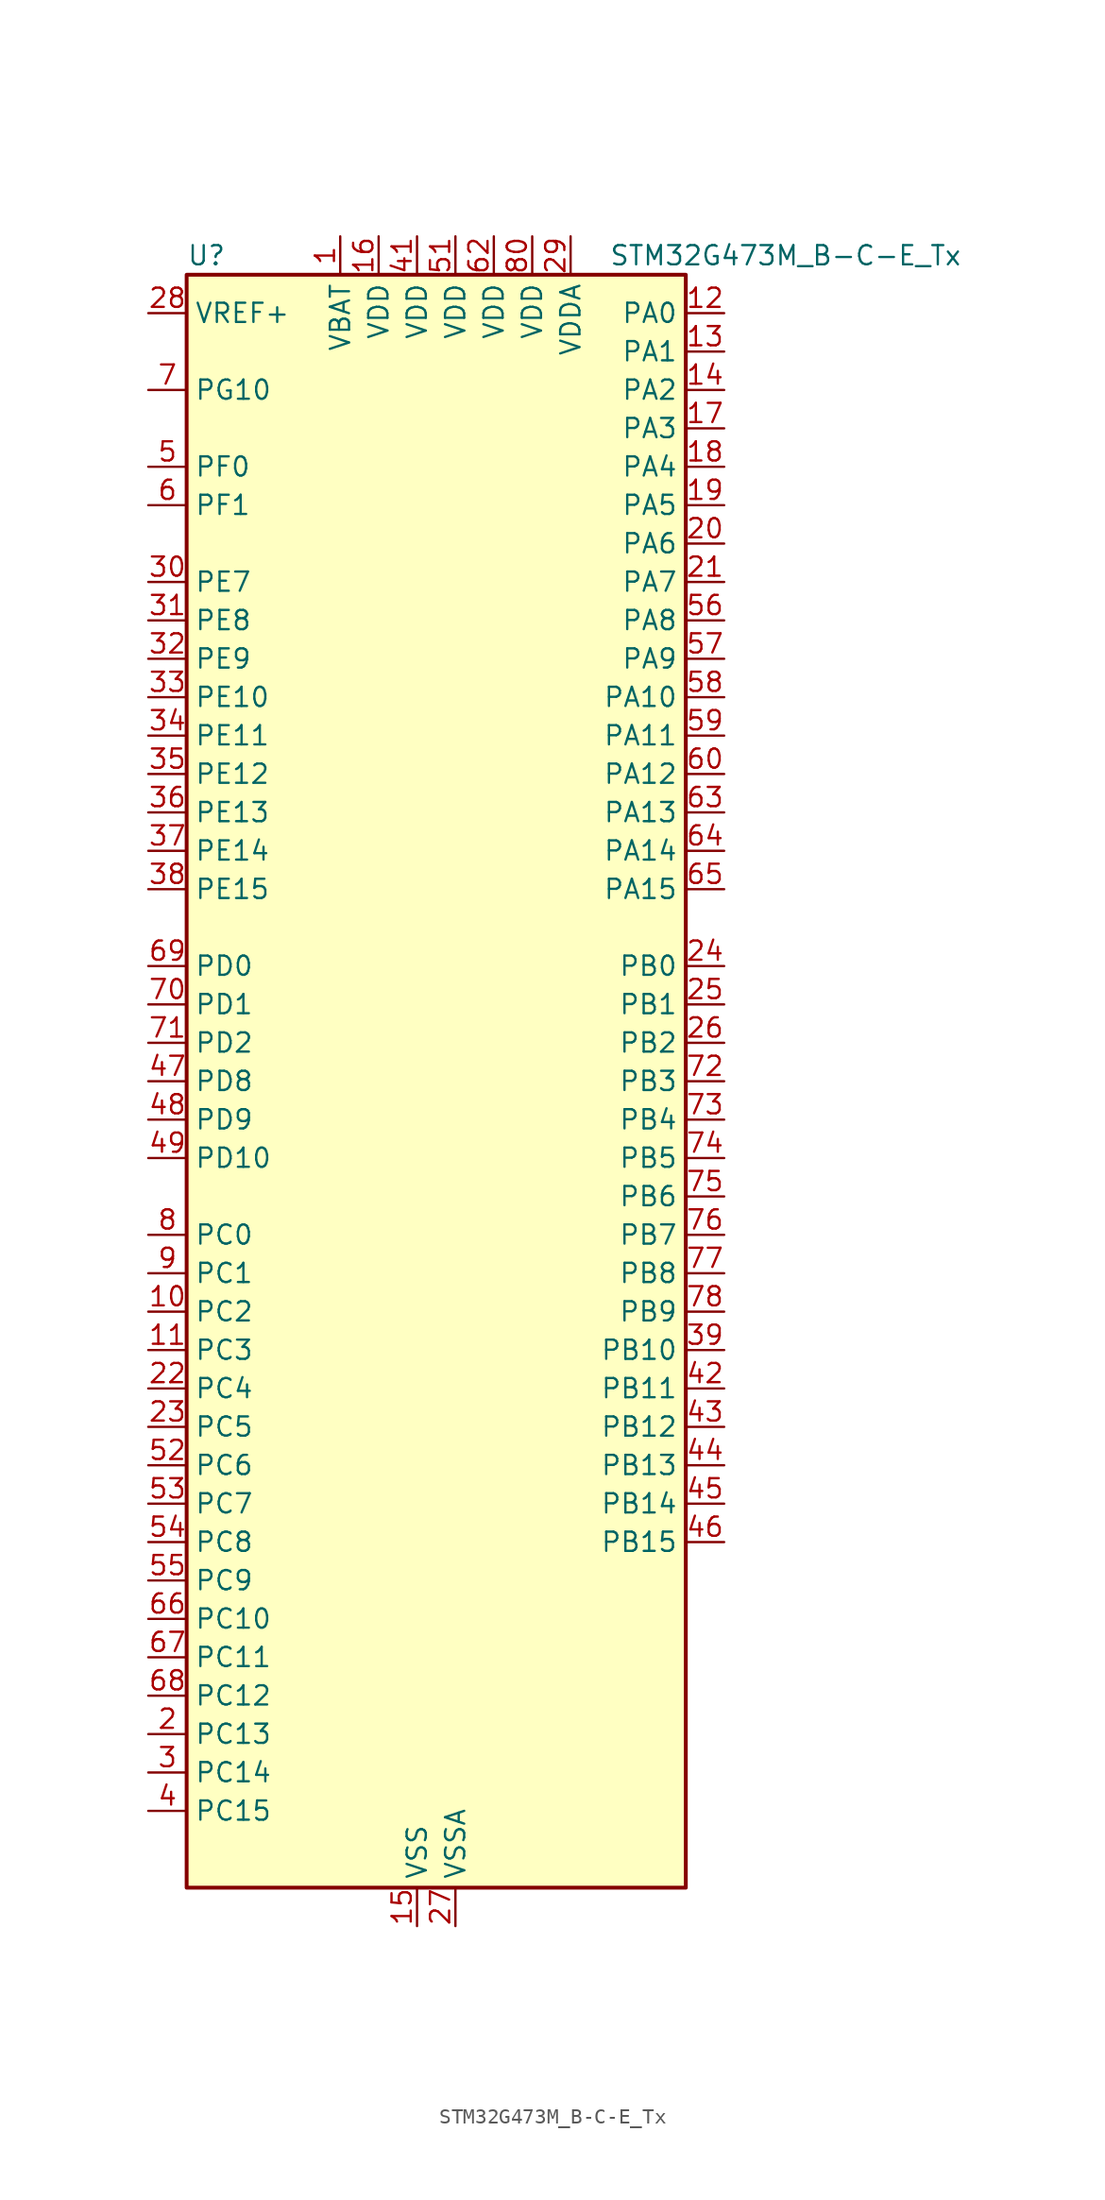
<source format=kicad_sym>
(kicad_symbol_lib
  (version 20220914)
  (generator kicad_symbol_editor)
  (symbol "STM32G473M_B-C-E_Tx"
    (property "Reference" "U"
      (at -15.24 54.61 0)
      (effects (font (size 1.27 1.27)) (justify left)))
    (property "Value" "STM32G473M_B-C-E_Tx"
      (at 12.7 54.61 0)
      (effects (font (size 1.27 1.27)) (justify left)))
    (property "ki_locked" ""
      (at 0 0 0)
      (effects (font (size 1.27 1.27))))
    (symbol "STM32G473M_B-C-E_Tx_0_1"
      (rectangle (start -15.24 -53.34) (end 17.78 53.34) (stroke (width 0.254) (type default)) (fill (type background))))
    (symbol "STM32G473M_B-C-E_Tx_1_1"
      (pin power_in line (at -5.08 55.88 270) (length 2.54) (name "VBAT" (effects (font (size 1.27 1.27)))) (number "1" (effects (font (size 1.27 1.27)))))
      (pin bidirectional line (at -17.78 -15.24 0) (length 2.54) (name "PC2" (effects (font (size 1.27 1.27)))) (number "10" (effects (font (size 1.27 1.27)))) (alternate "ADC1_IN8" bidirectional line) (alternate "ADC2_IN8" bidirectional line) (alternate "ADC3_EXTI2" bidirectional line) (alternate "ADC4_EXTI2" bidirectional line) (alternate "ADC5_EXTI2" bidirectional line) (alternate "COMP3_OUT" bidirectional line) (alternate "LPTIM1_IN2" bidirectional line) (alternate "QUADSPI1_BK2_IO1" bidirectional line) (alternate "TIM1_CH3" bidirectional line) (alternate "TIM20_CH2" bidirectional line))
      (pin bidirectional line (at -17.78 -17.78 0) (length 2.54) (name "PC3" (effects (font (size 1.27 1.27)))) (number "11" (effects (font (size 1.27 1.27)))) (alternate "ADC1_IN9" bidirectional line) (alternate "ADC2_IN9" bidirectional line) (alternate "ADC3_EXTI3" bidirectional line) (alternate "ADC4_EXTI3" bidirectional line) (alternate "ADC5_EXTI3" bidirectional line) (alternate "LPTIM1_ETR" bidirectional line) (alternate "OPAMP5_VINP" bidirectional line) (alternate "OPAMP5_VINP_SEC" bidirectional line) (alternate "QUADSPI1_BK2_IO2" bidirectional line) (alternate "SAI1_D1" bidirectional line) (alternate "SAI1_SD_A" bidirectional line) (alternate "TIM1_BKIN2" bidirectional line) (alternate "TIM1_CH4" bidirectional line))
      (pin bidirectional line (at 20.32 50.8 180) (length 2.54) (name "PA0" (effects (font (size 1.27 1.27)))) (number "12" (effects (font (size 1.27 1.27)))) (alternate "ADC1_IN1" bidirectional line) (alternate "ADC2_IN1" bidirectional line) (alternate "COMP1_INM" bidirectional line) (alternate "COMP1_OUT" bidirectional line) (alternate "COMP3_INP" bidirectional line) (alternate "RTC_TAMP2" bidirectional line) (alternate "SYS_WKUP1" bidirectional line) (alternate "TIM2_CH1" bidirectional line) (alternate "TIM2_ETR" bidirectional line) (alternate "TIM5_CH1" bidirectional line) (alternate "TIM8_BKIN" bidirectional line) (alternate "TIM8_ETR" bidirectional line) (alternate "USART2_CTS" bidirectional line) (alternate "USART2_NSS" bidirectional line))
      (pin bidirectional line (at 20.32 48.26 180) (length 2.54) (name "PA1" (effects (font (size 1.27 1.27)))) (number "13" (effects (font (size 1.27 1.27)))) (alternate "ADC1_IN2" bidirectional line) (alternate "ADC2_IN2" bidirectional line) (alternate "COMP1_INP" bidirectional line) (alternate "OPAMP1_VINP" bidirectional line) (alternate "OPAMP1_VINP_SEC" bidirectional line) (alternate "OPAMP3_VINP" bidirectional line) (alternate "OPAMP3_VINP_SEC" bidirectional line) (alternate "OPAMP6_VINM" bidirectional line) (alternate "OPAMP6_VINM0" bidirectional line) (alternate "OPAMP6_VINM_SEC" bidirectional line) (alternate "RTC_REFIN" bidirectional line) (alternate "TIM15_CH1N" bidirectional line) (alternate "TIM2_CH2" bidirectional line) (alternate "TIM5_CH2" bidirectional line) (alternate "USART2_DE" bidirectional line) (alternate "USART2_RTS" bidirectional line))
      (pin bidirectional line (at 20.32 45.72 180) (length 2.54) (name "PA2" (effects (font (size 1.27 1.27)))) (number "14" (effects (font (size 1.27 1.27)))) (alternate "ADC1_IN3" bidirectional line) (alternate "ADC3_EXTI2" bidirectional line) (alternate "ADC4_EXTI2" bidirectional line) (alternate "ADC5_EXTI2" bidirectional line) (alternate "COMP2_INM" bidirectional line) (alternate "COMP2_OUT" bidirectional line) (alternate "LPUART1_TX" bidirectional line) (alternate "OPAMP1_VOUT" bidirectional line) (alternate "QUADSPI1_BK1_NCS" bidirectional line) (alternate "RCC_LSCO" bidirectional line) (alternate "SYS_WKUP4" bidirectional line) (alternate "TIM15_CH1" bidirectional line) (alternate "TIM2_CH3" bidirectional line) (alternate "TIM5_CH3" bidirectional line) (alternate "UCPD1_FRSTX1" bidirectional line) (alternate "UCPD1_FRSTX2" bidirectional line) (alternate "USART2_TX" bidirectional line))
      (pin power_in line (at 0 -55.88 90) (length 2.54) (name "VSS" (effects (font (size 1.27 1.27)))) (number "15" (effects (font (size 1.27 1.27)))))
      (pin power_in line (at -2.54 55.88 270) (length 2.54) (name "VDD" (effects (font (size 1.27 1.27)))) (number "16" (effects (font (size 1.27 1.27)))))
      (pin bidirectional line (at 20.32 43.18 180) (length 2.54) (name "PA3" (effects (font (size 1.27 1.27)))) (number "17" (effects (font (size 1.27 1.27)))) (alternate "ADC1_IN4" bidirectional line) (alternate "ADC3_EXTI3" bidirectional line) (alternate "ADC4_EXTI3" bidirectional line) (alternate "ADC5_EXTI3" bidirectional line) (alternate "COMP2_INP" bidirectional line) (alternate "LPUART1_RX" bidirectional line) (alternate "OPAMP1_VINM" bidirectional line) (alternate "OPAMP1_VINM0" bidirectional line) (alternate "OPAMP1_VINM_SEC" bidirectional line) (alternate "OPAMP1_VINP" bidirectional line) (alternate "OPAMP1_VINP_SEC" bidirectional line) (alternate "OPAMP5_VINM" bidirectional line) (alternate "OPAMP5_VINM1" bidirectional line) (alternate "OPAMP5_VINM_SEC" bidirectional line) (alternate "QUADSPI1_CLK" bidirectional line) (alternate "SAI1_CK1" bidirectional line) (alternate "SAI1_MCLK_A" bidirectional line) (alternate "TIM15_CH2" bidirectional line) (alternate "TIM2_CH4" bidirectional line) (alternate "TIM5_CH4" bidirectional line) (alternate "USART2_RX" bidirectional line))
      (pin bidirectional line (at 20.32 40.64 180) (length 2.54) (name "PA4" (effects (font (size 1.27 1.27)))) (number "18" (effects (font (size 1.27 1.27)))) (alternate "ADC2_IN17" bidirectional line) (alternate "COMP1_INM" bidirectional line) (alternate "DAC1_OUT1" bidirectional line) (alternate "I2S3_WS" bidirectional line) (alternate "SAI1_FS_B" bidirectional line) (alternate "SPI1_NSS" bidirectional line) (alternate "SPI3_NSS" bidirectional line) (alternate "TIM3_CH2" bidirectional line) (alternate "USART2_CK" bidirectional line))
      (pin bidirectional line (at 20.32 38.1 180) (length 2.54) (name "PA5" (effects (font (size 1.27 1.27)))) (number "19" (effects (font (size 1.27 1.27)))) (alternate "ADC2_IN13" bidirectional line) (alternate "COMP2_INM" bidirectional line) (alternate "DAC1_OUT2" bidirectional line) (alternate "OPAMP2_VINM" bidirectional line) (alternate "OPAMP2_VINM0" bidirectional line) (alternate "OPAMP2_VINM_SEC" bidirectional line) (alternate "SPI1_SCK" bidirectional line) (alternate "TIM2_CH1" bidirectional line) (alternate "TIM2_ETR" bidirectional line) (alternate "UCPD1_FRSTX1" bidirectional line) (alternate "UCPD1_FRSTX2" bidirectional line))
      (pin bidirectional line (at -17.78 -43.18 0) (length 2.54) (name "PC13" (effects (font (size 1.27 1.27)))) (number "2" (effects (font (size 1.27 1.27)))) (alternate "RTC_OUT1" bidirectional line) (alternate "RTC_TAMP1" bidirectional line) (alternate "RTC_TS" bidirectional line) (alternate "SYS_WKUP2" bidirectional line) (alternate "TIM1_BKIN" bidirectional line) (alternate "TIM1_CH1N" bidirectional line) (alternate "TIM8_CH4N" bidirectional line))
      (pin bidirectional line (at 20.32 35.56 180) (length 2.54) (name "PA6" (effects (font (size 1.27 1.27)))) (number "20" (effects (font (size 1.27 1.27)))) (alternate "ADC2_IN3" bidirectional line) (alternate "COMP1_OUT" bidirectional line) (alternate "DAC2_OUT1" bidirectional line) (alternate "LPUART1_CTS" bidirectional line) (alternate "OPAMP2_VOUT" bidirectional line) (alternate "QUADSPI1_BK1_IO3" bidirectional line) (alternate "SPI1_MISO" bidirectional line) (alternate "TIM16_CH1" bidirectional line) (alternate "TIM1_BKIN" bidirectional line) (alternate "TIM3_CH1" bidirectional line) (alternate "TIM8_BKIN" bidirectional line))
      (pin bidirectional line (at 20.32 33.02 180) (length 2.54) (name "PA7" (effects (font (size 1.27 1.27)))) (number "21" (effects (font (size 1.27 1.27)))) (alternate "ADC2_IN4" bidirectional line) (alternate "COMP2_INP" bidirectional line) (alternate "COMP2_OUT" bidirectional line) (alternate "OPAMP1_VINP" bidirectional line) (alternate "OPAMP1_VINP_SEC" bidirectional line) (alternate "OPAMP2_VINP" bidirectional line) (alternate "OPAMP2_VINP_SEC" bidirectional line) (alternate "QUADSPI1_BK1_IO2" bidirectional line) (alternate "SPI1_MOSI" bidirectional line) (alternate "TIM17_CH1" bidirectional line) (alternate "TIM1_CH1N" bidirectional line) (alternate "TIM3_CH2" bidirectional line) (alternate "TIM8_CH1N" bidirectional line) (alternate "UCPD1_FRSTX1" bidirectional line) (alternate "UCPD1_FRSTX2" bidirectional line))
      (pin bidirectional line (at -17.78 -20.32 0) (length 2.54) (name "PC4" (effects (font (size 1.27 1.27)))) (number "22" (effects (font (size 1.27 1.27)))) (alternate "ADC2_IN5" bidirectional line) (alternate "I2C2_SCL" bidirectional line) (alternate "QUADSPI1_BK2_IO3" bidirectional line) (alternate "TIM1_ETR" bidirectional line) (alternate "USART1_TX" bidirectional line))
      (pin bidirectional line (at -17.78 -22.86 0) (length 2.54) (name "PC5" (effects (font (size 1.27 1.27)))) (number "23" (effects (font (size 1.27 1.27)))) (alternate "ADC2_IN11" bidirectional line) (alternate "OPAMP1_VINM" bidirectional line) (alternate "OPAMP1_VINM1" bidirectional line) (alternate "OPAMP1_VINM_SEC" bidirectional line) (alternate "OPAMP2_VINM" bidirectional line) (alternate "OPAMP2_VINM1" bidirectional line) (alternate "OPAMP2_VINM_SEC" bidirectional line) (alternate "SAI1_D3" bidirectional line) (alternate "SYS_WKUP5" bidirectional line) (alternate "TIM15_BKIN" bidirectional line) (alternate "TIM1_CH4N" bidirectional line) (alternate "USART1_RX" bidirectional line))
      (pin bidirectional line (at 20.32 7.62 180) (length 2.54) (name "PB0" (effects (font (size 1.27 1.27)))) (number "24" (effects (font (size 1.27 1.27)))) (alternate "ADC1_IN15" bidirectional line) (alternate "ADC3_IN12" bidirectional line) (alternate "COMP4_INP" bidirectional line) (alternate "OPAMP2_VINP" bidirectional line) (alternate "OPAMP2_VINP_SEC" bidirectional line) (alternate "OPAMP3_VINP" bidirectional line) (alternate "OPAMP3_VINP_SEC" bidirectional line) (alternate "QUADSPI1_BK1_IO1" bidirectional line) (alternate "TIM1_CH2N" bidirectional line) (alternate "TIM3_CH3" bidirectional line) (alternate "TIM8_CH2N" bidirectional line) (alternate "UCPD1_FRSTX1" bidirectional line) (alternate "UCPD1_FRSTX2" bidirectional line))
      (pin bidirectional line (at 20.32 5.08 180) (length 2.54) (name "PB1" (effects (font (size 1.27 1.27)))) (number "25" (effects (font (size 1.27 1.27)))) (alternate "ADC1_IN12" bidirectional line) (alternate "ADC3_IN1" bidirectional line) (alternate "COMP1_INP" bidirectional line) (alternate "COMP4_OUT" bidirectional line) (alternate "LPUART1_DE" bidirectional line) (alternate "LPUART1_RTS" bidirectional line) (alternate "OPAMP3_VOUT" bidirectional line) (alternate "OPAMP6_VINM" bidirectional line) (alternate "OPAMP6_VINM1" bidirectional line) (alternate "OPAMP6_VINM_SEC" bidirectional line) (alternate "QUADSPI1_BK1_IO0" bidirectional line) (alternate "TIM1_CH3N" bidirectional line) (alternate "TIM3_CH4" bidirectional line) (alternate "TIM8_CH3N" bidirectional line))
      (pin bidirectional line (at 20.32 2.54 180) (length 2.54) (name "PB2" (effects (font (size 1.27 1.27)))) (number "26" (effects (font (size 1.27 1.27)))) (alternate "ADC2_IN12" bidirectional line) (alternate "ADC3_EXTI2" bidirectional line) (alternate "ADC4_EXTI2" bidirectional line) (alternate "ADC5_EXTI2" bidirectional line) (alternate "COMP4_INM" bidirectional line) (alternate "I2C3_SMBA" bidirectional line) (alternate "LPTIM1_OUT" bidirectional line) (alternate "OPAMP3_VINM" bidirectional line) (alternate "OPAMP3_VINM0" bidirectional line) (alternate "OPAMP3_VINM_SEC" bidirectional line) (alternate "QUADSPI1_BK2_IO1" bidirectional line) (alternate "RTC_OUT2" bidirectional line) (alternate "TIM20_CH1" bidirectional line) (alternate "TIM5_CH1" bidirectional line))
      (pin power_in line (at 2.54 -55.88 90) (length 2.54) (name "VSSA" (effects (font (size 1.27 1.27)))) (number "27" (effects (font (size 1.27 1.27)))))
      (pin input line (at -17.78 50.8 0) (length 2.54) (name "VREF+" (effects (font (size 1.27 1.27)))) (number "28" (effects (font (size 1.27 1.27)))) (alternate "VREFBUF_OUT" bidirectional line))
      (pin power_in line (at 10.16 55.88 270) (length 2.54) (name "VDDA" (effects (font (size 1.27 1.27)))) (number "29" (effects (font (size 1.27 1.27)))))
      (pin bidirectional line (at -17.78 -45.72 0) (length 2.54) (name "PC14" (effects (font (size 1.27 1.27)))) (number "3" (effects (font (size 1.27 1.27)))) (alternate "RCC_OSC32_IN" bidirectional line))
      (pin bidirectional line (at -17.78 33.02 0) (length 2.54) (name "PE7" (effects (font (size 1.27 1.27)))) (number "30" (effects (font (size 1.27 1.27)))) (alternate "ADC3_IN4" bidirectional line) (alternate "COMP4_INP" bidirectional line) (alternate "SAI1_SD_B" bidirectional line) (alternate "TIM1_ETR" bidirectional line))
      (pin bidirectional line (at -17.78 30.48 0) (length 2.54) (name "PE8" (effects (font (size 1.27 1.27)))) (number "31" (effects (font (size 1.27 1.27)))) (alternate "ADC3_IN6" bidirectional line) (alternate "ADC4_IN6" bidirectional line) (alternate "ADC5_IN6" bidirectional line) (alternate "COMP4_INM" bidirectional line) (alternate "SAI1_SCK_B" bidirectional line) (alternate "TIM1_CH1N" bidirectional line) (alternate "TIM5_CH3" bidirectional line))
      (pin bidirectional line (at -17.78 27.94 0) (length 2.54) (name "PE9" (effects (font (size 1.27 1.27)))) (number "32" (effects (font (size 1.27 1.27)))) (alternate "ADC3_IN2" bidirectional line) (alternate "DAC1_EXTI9" bidirectional line) (alternate "DAC2_EXTI9" bidirectional line) (alternate "DAC3_EXTI9" bidirectional line) (alternate "DAC4_EXTI9" bidirectional line) (alternate "SAI1_FS_B" bidirectional line) (alternate "TIM1_CH1" bidirectional line) (alternate "TIM5_CH4" bidirectional line))
      (pin bidirectional line (at -17.78 25.4 0) (length 2.54) (name "PE10" (effects (font (size 1.27 1.27)))) (number "33" (effects (font (size 1.27 1.27)))) (alternate "ADC3_IN14" bidirectional line) (alternate "ADC4_IN14" bidirectional line) (alternate "ADC5_IN14" bidirectional line) (alternate "DAC1_EXTI10" bidirectional line) (alternate "DAC2_EXTI10" bidirectional line) (alternate "DAC3_EXTI10" bidirectional line) (alternate "DAC4_EXTI10" bidirectional line) (alternate "QUADSPI1_CLK" bidirectional line) (alternate "SAI1_MCLK_B" bidirectional line) (alternate "TIM1_CH2N" bidirectional line))
      (pin bidirectional line (at -17.78 22.86 0) (length 2.54) (name "PE11" (effects (font (size 1.27 1.27)))) (number "34" (effects (font (size 1.27 1.27)))) (alternate "ADC1_EXTI11" bidirectional line) (alternate "ADC2_EXTI11" bidirectional line) (alternate "ADC3_IN15" bidirectional line) (alternate "ADC4_IN15" bidirectional line) (alternate "ADC5_IN15" bidirectional line) (alternate "QUADSPI1_BK1_NCS" bidirectional line) (alternate "SPI4_NSS" bidirectional line) (alternate "TIM1_CH2" bidirectional line))
      (pin bidirectional line (at -17.78 20.32 0) (length 2.54) (name "PE12" (effects (font (size 1.27 1.27)))) (number "35" (effects (font (size 1.27 1.27)))) (alternate "ADC3_IN16" bidirectional line) (alternate "ADC4_IN16" bidirectional line) (alternate "ADC5_IN16" bidirectional line) (alternate "QUADSPI1_BK1_IO0" bidirectional line) (alternate "SPI4_SCK" bidirectional line) (alternate "TIM1_CH3N" bidirectional line))
      (pin bidirectional line (at -17.78 17.78 0) (length 2.54) (name "PE13" (effects (font (size 1.27 1.27)))) (number "36" (effects (font (size 1.27 1.27)))) (alternate "ADC3_IN3" bidirectional line) (alternate "QUADSPI1_BK1_IO1" bidirectional line) (alternate "SPI4_MISO" bidirectional line) (alternate "TIM1_CH3" bidirectional line))
      (pin bidirectional line (at -17.78 15.24 0) (length 2.54) (name "PE14" (effects (font (size 1.27 1.27)))) (number "37" (effects (font (size 1.27 1.27)))) (alternate "ADC4_IN1" bidirectional line) (alternate "QUADSPI1_BK1_IO2" bidirectional line) (alternate "SPI4_MOSI" bidirectional line) (alternate "TIM1_BKIN2" bidirectional line) (alternate "TIM1_CH4" bidirectional line))
      (pin bidirectional line (at -17.78 12.7 0) (length 2.54) (name "PE15" (effects (font (size 1.27 1.27)))) (number "38" (effects (font (size 1.27 1.27)))) (alternate "ADC1_EXTI15" bidirectional line) (alternate "ADC2_EXTI15" bidirectional line) (alternate "ADC4_IN2" bidirectional line) (alternate "QUADSPI1_BK1_IO3" bidirectional line) (alternate "TIM1_BKIN" bidirectional line) (alternate "TIM1_CH4N" bidirectional line) (alternate "USART3_RX" bidirectional line))
      (pin bidirectional line (at 20.32 -17.78 180) (length 2.54) (name "PB10" (effects (font (size 1.27 1.27)))) (number "39" (effects (font (size 1.27 1.27)))) (alternate "COMP5_INM" bidirectional line) (alternate "DAC1_EXTI10" bidirectional line) (alternate "DAC2_EXTI10" bidirectional line) (alternate "DAC3_EXTI10" bidirectional line) (alternate "DAC4_EXTI10" bidirectional line) (alternate "LPUART1_RX" bidirectional line) (alternate "OPAMP3_VINM" bidirectional line) (alternate "OPAMP3_VINM1" bidirectional line) (alternate "OPAMP3_VINM_SEC" bidirectional line) (alternate "OPAMP4_VINM" bidirectional line) (alternate "OPAMP4_VINM0" bidirectional line) (alternate "OPAMP4_VINM_SEC" bidirectional line) (alternate "QUADSPI1_CLK" bidirectional line) (alternate "SAI1_SCK_A" bidirectional line) (alternate "TIM1_BKIN" bidirectional line) (alternate "TIM2_CH3" bidirectional line) (alternate "USART3_TX" bidirectional line))
      (pin bidirectional line (at -17.78 -48.26 0) (length 2.54) (name "PC15" (effects (font (size 1.27 1.27)))) (number "4" (effects (font (size 1.27 1.27)))) (alternate "ADC1_EXTI15" bidirectional line) (alternate "ADC2_EXTI15" bidirectional line) (alternate "RCC_OSC32_OUT" bidirectional line))
      (pin passive line (at 0 -55.88 90) (length 2.54) hide (name "VSS" (effects (font (size 1.27 1.27)))) (number "40" (effects (font (size 1.27 1.27)))))
      (pin power_in line (at 0 55.88 270) (length 2.54) (name "VDD" (effects (font (size 1.27 1.27)))) (number "41" (effects (font (size 1.27 1.27)))))
      (pin bidirectional line (at 20.32 -20.32 180) (length 2.54) (name "PB11" (effects (font (size 1.27 1.27)))) (number "42" (effects (font (size 1.27 1.27)))) (alternate "ADC1_EXTI11" bidirectional line) (alternate "ADC1_IN14" bidirectional line) (alternate "ADC2_EXTI11" bidirectional line) (alternate "ADC2_IN14" bidirectional line) (alternate "COMP6_INP" bidirectional line) (alternate "LPUART1_TX" bidirectional line) (alternate "OPAMP4_VINP" bidirectional line) (alternate "OPAMP4_VINP_SEC" bidirectional line) (alternate "OPAMP6_VOUT" bidirectional line) (alternate "QUADSPI1_BK1_NCS" bidirectional line) (alternate "TIM2_CH4" bidirectional line) (alternate "USART3_RX" bidirectional line))
      (pin bidirectional line (at 20.32 -22.86 180) (length 2.54) (name "PB12" (effects (font (size 1.27 1.27)))) (number "43" (effects (font (size 1.27 1.27)))) (alternate "ADC1_IN11" bidirectional line) (alternate "ADC4_IN3" bidirectional line) (alternate "COMP7_INM" bidirectional line) (alternate "FDCAN2_RX" bidirectional line) (alternate "I2C2_SMBA" bidirectional line) (alternate "I2S2_WS" bidirectional line) (alternate "LPUART1_DE" bidirectional line) (alternate "LPUART1_RTS" bidirectional line) (alternate "OPAMP4_VOUT" bidirectional line) (alternate "OPAMP6_VINP" bidirectional line) (alternate "OPAMP6_VINP_SEC" bidirectional line) (alternate "SPI2_NSS" bidirectional line) (alternate "TIM1_BKIN" bidirectional line) (alternate "TIM5_ETR" bidirectional line) (alternate "USART3_CK" bidirectional line))
      (pin bidirectional line (at 20.32 -25.4 180) (length 2.54) (name "PB13" (effects (font (size 1.27 1.27)))) (number "44" (effects (font (size 1.27 1.27)))) (alternate "ADC3_IN5" bidirectional line) (alternate "COMP5_INP" bidirectional line) (alternate "FDCAN2_TX" bidirectional line) (alternate "I2S2_CK" bidirectional line) (alternate "LPUART1_CTS" bidirectional line) (alternate "OPAMP3_VINP" bidirectional line) (alternate "OPAMP3_VINP_SEC" bidirectional line) (alternate "OPAMP4_VINP" bidirectional line) (alternate "OPAMP4_VINP_SEC" bidirectional line) (alternate "OPAMP6_VINP" bidirectional line) (alternate "OPAMP6_VINP_SEC" bidirectional line) (alternate "SPI2_SCK" bidirectional line) (alternate "TIM1_CH1N" bidirectional line) (alternate "USART3_CTS" bidirectional line) (alternate "USART3_NSS" bidirectional line))
      (pin bidirectional line (at 20.32 -27.94 180) (length 2.54) (name "PB14" (effects (font (size 1.27 1.27)))) (number "45" (effects (font (size 1.27 1.27)))) (alternate "ADC1_IN5" bidirectional line) (alternate "ADC4_IN4" bidirectional line) (alternate "COMP4_OUT" bidirectional line) (alternate "COMP7_INP" bidirectional line) (alternate "OPAMP2_VINP" bidirectional line) (alternate "OPAMP2_VINP_SEC" bidirectional line) (alternate "OPAMP5_VINP" bidirectional line) (alternate "OPAMP5_VINP_SEC" bidirectional line) (alternate "SPI2_MISO" bidirectional line) (alternate "TIM15_CH1" bidirectional line) (alternate "TIM1_CH2N" bidirectional line) (alternate "USART3_DE" bidirectional line) (alternate "USART3_RTS" bidirectional line))
      (pin bidirectional line (at 20.32 -30.48 180) (length 2.54) (name "PB15" (effects (font (size 1.27 1.27)))) (number "46" (effects (font (size 1.27 1.27)))) (alternate "ADC1_EXTI15" bidirectional line) (alternate "ADC2_EXTI15" bidirectional line) (alternate "ADC2_IN15" bidirectional line) (alternate "ADC4_IN5" bidirectional line) (alternate "COMP3_OUT" bidirectional line) (alternate "COMP6_INM" bidirectional line) (alternate "I2S2_SD" bidirectional line) (alternate "OPAMP5_VINM" bidirectional line) (alternate "OPAMP5_VINM0" bidirectional line) (alternate "OPAMP5_VINM_SEC" bidirectional line) (alternate "RTC_REFIN" bidirectional line) (alternate "SPI2_MOSI" bidirectional line) (alternate "TIM15_CH1N" bidirectional line) (alternate "TIM15_CH2" bidirectional line) (alternate "TIM1_CH3N" bidirectional line))
      (pin bidirectional line (at -17.78 0 0) (length 2.54) (name "PD8" (effects (font (size 1.27 1.27)))) (number "47" (effects (font (size 1.27 1.27)))) (alternate "ADC4_IN12" bidirectional line) (alternate "ADC5_IN12" bidirectional line) (alternate "OPAMP4_VINM" bidirectional line) (alternate "OPAMP4_VINM1" bidirectional line) (alternate "OPAMP4_VINM_SEC" bidirectional line) (alternate "USART3_TX" bidirectional line))
      (pin bidirectional line (at -17.78 -2.54 0) (length 2.54) (name "PD9" (effects (font (size 1.27 1.27)))) (number "48" (effects (font (size 1.27 1.27)))) (alternate "ADC4_IN13" bidirectional line) (alternate "ADC5_IN13" bidirectional line) (alternate "DAC1_EXTI9" bidirectional line) (alternate "DAC2_EXTI9" bidirectional line) (alternate "DAC3_EXTI9" bidirectional line) (alternate "DAC4_EXTI9" bidirectional line) (alternate "OPAMP6_VINP" bidirectional line) (alternate "OPAMP6_VINP_SEC" bidirectional line) (alternate "USART3_RX" bidirectional line))
      (pin bidirectional line (at -17.78 -5.08 0) (length 2.54) (name "PD10" (effects (font (size 1.27 1.27)))) (number "49" (effects (font (size 1.27 1.27)))) (alternate "ADC3_IN7" bidirectional line) (alternate "ADC4_IN7" bidirectional line) (alternate "ADC5_IN7" bidirectional line) (alternate "COMP6_INM" bidirectional line) (alternate "DAC1_EXTI10" bidirectional line) (alternate "DAC2_EXTI10" bidirectional line) (alternate "DAC3_EXTI10" bidirectional line) (alternate "DAC4_EXTI10" bidirectional line) (alternate "USART3_CK" bidirectional line))
      (pin bidirectional line (at -17.78 40.64 0) (length 2.54) (name "PF0" (effects (font (size 1.27 1.27)))) (number "5" (effects (font (size 1.27 1.27)))) (alternate "ADC1_IN10" bidirectional line) (alternate "I2C2_SDA" bidirectional line) (alternate "I2S2_WS" bidirectional line) (alternate "RCC_OSC_IN" bidirectional line) (alternate "SPI2_NSS" bidirectional line) (alternate "TIM1_CH3N" bidirectional line))
      (pin passive line (at 0 -55.88 90) (length 2.54) hide (name "VSS" (effects (font (size 1.27 1.27)))) (number "50" (effects (font (size 1.27 1.27)))))
      (pin power_in line (at 2.54 55.88 270) (length 2.54) (name "VDD" (effects (font (size 1.27 1.27)))) (number "51" (effects (font (size 1.27 1.27)))))
      (pin bidirectional line (at -17.78 -25.4 0) (length 2.54) (name "PC6" (effects (font (size 1.27 1.27)))) (number "52" (effects (font (size 1.27 1.27)))) (alternate "COMP6_OUT" bidirectional line) (alternate "I2C4_SCL" bidirectional line) (alternate "I2S2_MCK" bidirectional line) (alternate "TIM3_CH1" bidirectional line) (alternate "TIM8_CH1" bidirectional line))
      (pin bidirectional line (at -17.78 -27.94 0) (length 2.54) (name "PC7" (effects (font (size 1.27 1.27)))) (number "53" (effects (font (size 1.27 1.27)))) (alternate "COMP5_OUT" bidirectional line) (alternate "I2C4_SDA" bidirectional line) (alternate "I2S3_MCK" bidirectional line) (alternate "TIM3_CH2" bidirectional line) (alternate "TIM8_CH2" bidirectional line))
      (pin bidirectional line (at -17.78 -30.48 0) (length 2.54) (name "PC8" (effects (font (size 1.27 1.27)))) (number "54" (effects (font (size 1.27 1.27)))) (alternate "COMP7_OUT" bidirectional line) (alternate "I2C3_SCL" bidirectional line) (alternate "TIM20_CH3" bidirectional line) (alternate "TIM3_CH3" bidirectional line) (alternate "TIM8_CH3" bidirectional line))
      (pin bidirectional line (at -17.78 -33.02 0) (length 2.54) (name "PC9" (effects (font (size 1.27 1.27)))) (number "55" (effects (font (size 1.27 1.27)))) (alternate "DAC1_EXTI9" bidirectional line) (alternate "DAC2_EXTI9" bidirectional line) (alternate "DAC3_EXTI9" bidirectional line) (alternate "DAC4_EXTI9" bidirectional line) (alternate "I2C3_SDA" bidirectional line) (alternate "I2S_CKIN" bidirectional line) (alternate "TIM3_CH4" bidirectional line) (alternate "TIM8_BKIN2" bidirectional line) (alternate "TIM8_CH4" bidirectional line))
      (pin bidirectional line (at 20.32 30.48 180) (length 2.54) (name "PA8" (effects (font (size 1.27 1.27)))) (number "56" (effects (font (size 1.27 1.27)))) (alternate "ADC5_IN1" bidirectional line) (alternate "COMP7_OUT" bidirectional line) (alternate "FDCAN3_RX" bidirectional line) (alternate "I2C2_SDA" bidirectional line) (alternate "I2C3_SCL" bidirectional line) (alternate "I2S2_MCK" bidirectional line) (alternate "OPAMP5_VOUT" bidirectional line) (alternate "RCC_MCO" bidirectional line) (alternate "SAI1_CK2" bidirectional line) (alternate "SAI1_SCK_A" bidirectional line) (alternate "TIM1_CH1" bidirectional line) (alternate "TIM4_ETR" bidirectional line) (alternate "USART1_CK" bidirectional line))
      (pin bidirectional line (at 20.32 27.94 180) (length 2.54) (name "PA9" (effects (font (size 1.27 1.27)))) (number "57" (effects (font (size 1.27 1.27)))) (alternate "ADC5_IN2" bidirectional line) (alternate "COMP5_OUT" bidirectional line) (alternate "DAC1_EXTI9" bidirectional line) (alternate "DAC2_EXTI9" bidirectional line) (alternate "DAC3_EXTI9" bidirectional line) (alternate "DAC4_EXTI9" bidirectional line) (alternate "I2C2_SCL" bidirectional line) (alternate "I2C3_SMBA" bidirectional line) (alternate "I2S3_MCK" bidirectional line) (alternate "SAI1_FS_A" bidirectional line) (alternate "TIM15_BKIN" bidirectional line) (alternate "TIM1_CH2" bidirectional line) (alternate "TIM2_CH3" bidirectional line) (alternate "UCPD1_DBCC1" bidirectional line) (alternate "USART1_TX" bidirectional line))
      (pin bidirectional line (at 20.32 25.4 180) (length 2.54) (name "PA10" (effects (font (size 1.27 1.27)))) (number "58" (effects (font (size 1.27 1.27)))) (alternate "COMP6_OUT" bidirectional line) (alternate "CRS_SYNC" bidirectional line) (alternate "DAC1_EXTI10" bidirectional line) (alternate "DAC2_EXTI10" bidirectional line) (alternate "DAC3_EXTI10" bidirectional line) (alternate "DAC4_EXTI10" bidirectional line) (alternate "I2C2_SMBA" bidirectional line) (alternate "SAI1_D1" bidirectional line) (alternate "SAI1_SD_A" bidirectional line) (alternate "SPI2_MISO" bidirectional line) (alternate "TIM17_BKIN" bidirectional line) (alternate "TIM1_CH3" bidirectional line) (alternate "TIM2_CH4" bidirectional line) (alternate "TIM8_BKIN" bidirectional line) (alternate "UCPD1_DBCC2" bidirectional line) (alternate "USART1_RX" bidirectional line))
      (pin bidirectional line (at 20.32 22.86 180) (length 2.54) (name "PA11" (effects (font (size 1.27 1.27)))) (number "59" (effects (font (size 1.27 1.27)))) (alternate "ADC1_EXTI11" bidirectional line) (alternate "ADC2_EXTI11" bidirectional line) (alternate "COMP1_OUT" bidirectional line) (alternate "FDCAN1_RX" bidirectional line) (alternate "I2S2_SD" bidirectional line) (alternate "SPI2_MOSI" bidirectional line) (alternate "TIM1_BKIN2" bidirectional line) (alternate "TIM1_CH1N" bidirectional line) (alternate "TIM1_CH4" bidirectional line) (alternate "TIM4_CH1" bidirectional line) (alternate "USART1_CTS" bidirectional line) (alternate "USART1_NSS" bidirectional line) (alternate "USB_DM" bidirectional line))
      (pin bidirectional line (at -17.78 38.1 0) (length 2.54) (name "PF1" (effects (font (size 1.27 1.27)))) (number "6" (effects (font (size 1.27 1.27)))) (alternate "ADC2_IN10" bidirectional line) (alternate "COMP3_INM" bidirectional line) (alternate "I2S2_CK" bidirectional line) (alternate "RCC_OSC_OUT" bidirectional line) (alternate "SPI2_SCK" bidirectional line))
      (pin bidirectional line (at 20.32 20.32 180) (length 2.54) (name "PA12" (effects (font (size 1.27 1.27)))) (number "60" (effects (font (size 1.27 1.27)))) (alternate "COMP2_OUT" bidirectional line) (alternate "FDCAN1_TX" bidirectional line) (alternate "I2S_CKIN" bidirectional line) (alternate "TIM16_CH1" bidirectional line) (alternate "TIM1_CH2N" bidirectional line) (alternate "TIM1_ETR" bidirectional line) (alternate "TIM4_CH2" bidirectional line) (alternate "USART1_DE" bidirectional line) (alternate "USART1_RTS" bidirectional line) (alternate "USB_DP" bidirectional line))
      (pin passive line (at 0 -55.88 90) (length 2.54) hide (name "VSS" (effects (font (size 1.27 1.27)))) (number "61" (effects (font (size 1.27 1.27)))))
      (pin power_in line (at 5.08 55.88 270) (length 2.54) (name "VDD" (effects (font (size 1.27 1.27)))) (number "62" (effects (font (size 1.27 1.27)))))
      (pin bidirectional line (at 20.32 17.78 180) (length 2.54) (name "PA13" (effects (font (size 1.27 1.27)))) (number "63" (effects (font (size 1.27 1.27)))) (alternate "I2C1_SCL" bidirectional line) (alternate "I2C4_SCL" bidirectional line) (alternate "IR_OUT" bidirectional line) (alternate "SAI1_SD_B" bidirectional line) (alternate "SYS_JTMS-SWDIO" bidirectional line) (alternate "TIM16_CH1N" bidirectional line) (alternate "TIM4_CH3" bidirectional line) (alternate "USART3_CTS" bidirectional line) (alternate "USART3_NSS" bidirectional line))
      (pin bidirectional line (at 20.32 15.24 180) (length 2.54) (name "PA14" (effects (font (size 1.27 1.27)))) (number "64" (effects (font (size 1.27 1.27)))) (alternate "I2C1_SDA" bidirectional line) (alternate "I2C4_SMBA" bidirectional line) (alternate "LPTIM1_OUT" bidirectional line) (alternate "SAI1_FS_B" bidirectional line) (alternate "SYS_JTCK-SWCLK" bidirectional line) (alternate "TIM1_BKIN" bidirectional line) (alternate "TIM8_CH2" bidirectional line) (alternate "USART2_TX" bidirectional line))
      (pin bidirectional line (at 20.32 12.7 180) (length 2.54) (name "PA15" (effects (font (size 1.27 1.27)))) (number "65" (effects (font (size 1.27 1.27)))) (alternate "ADC1_EXTI15" bidirectional line) (alternate "ADC2_EXTI15" bidirectional line) (alternate "FDCAN3_TX" bidirectional line) (alternate "I2C1_SCL" bidirectional line) (alternate "I2S3_WS" bidirectional line) (alternate "SPI1_NSS" bidirectional line) (alternate "SPI3_NSS" bidirectional line) (alternate "SYS_JTDI" bidirectional line) (alternate "TIM1_BKIN" bidirectional line) (alternate "TIM2_CH1" bidirectional line) (alternate "TIM2_ETR" bidirectional line) (alternate "TIM8_CH1" bidirectional line) (alternate "UART4_DE" bidirectional line) (alternate "UART4_RTS" bidirectional line) (alternate "USART2_RX" bidirectional line))
      (pin bidirectional line (at -17.78 -35.56 0) (length 2.54) (name "PC10" (effects (font (size 1.27 1.27)))) (number "66" (effects (font (size 1.27 1.27)))) (alternate "DAC1_EXTI10" bidirectional line) (alternate "DAC2_EXTI10" bidirectional line) (alternate "DAC3_EXTI10" bidirectional line) (alternate "DAC4_EXTI10" bidirectional line) (alternate "I2S3_CK" bidirectional line) (alternate "SPI3_SCK" bidirectional line) (alternate "TIM8_CH1N" bidirectional line) (alternate "UART4_TX" bidirectional line) (alternate "USART3_TX" bidirectional line))
      (pin bidirectional line (at -17.78 -38.1 0) (length 2.54) (name "PC11" (effects (font (size 1.27 1.27)))) (number "67" (effects (font (size 1.27 1.27)))) (alternate "ADC1_EXTI11" bidirectional line) (alternate "ADC2_EXTI11" bidirectional line) (alternate "I2C3_SDA" bidirectional line) (alternate "SPI3_MISO" bidirectional line) (alternate "TIM8_CH2N" bidirectional line) (alternate "UART4_RX" bidirectional line) (alternate "USART3_RX" bidirectional line))
      (pin bidirectional line (at -17.78 -40.64 0) (length 2.54) (name "PC12" (effects (font (size 1.27 1.27)))) (number "68" (effects (font (size 1.27 1.27)))) (alternate "I2S3_SD" bidirectional line) (alternate "SPI3_MOSI" bidirectional line) (alternate "TIM5_CH2" bidirectional line) (alternate "TIM8_CH3N" bidirectional line) (alternate "UART5_TX" bidirectional line) (alternate "UCPD1_FRSTX1" bidirectional line) (alternate "UCPD1_FRSTX2" bidirectional line) (alternate "USART3_CK" bidirectional line))
      (pin bidirectional line (at -17.78 7.62 0) (length 2.54) (name "PD0" (effects (font (size 1.27 1.27)))) (number "69" (effects (font (size 1.27 1.27)))) (alternate "FDCAN1_RX" bidirectional line) (alternate "TIM8_CH4N" bidirectional line))
      (pin bidirectional line (at -17.78 45.72 0) (length 2.54) (name "PG10" (effects (font (size 1.27 1.27)))) (number "7" (effects (font (size 1.27 1.27)))) (alternate "DAC1_EXTI10" bidirectional line) (alternate "DAC2_EXTI10" bidirectional line) (alternate "DAC3_EXTI10" bidirectional line) (alternate "DAC4_EXTI10" bidirectional line) (alternate "RCC_MCO" bidirectional line))
      (pin bidirectional line (at -17.78 5.08 0) (length 2.54) (name "PD1" (effects (font (size 1.27 1.27)))) (number "70" (effects (font (size 1.27 1.27)))) (alternate "FDCAN1_TX" bidirectional line) (alternate "TIM8_BKIN2" bidirectional line) (alternate "TIM8_CH4" bidirectional line))
      (pin bidirectional line (at -17.78 2.54 0) (length 2.54) (name "PD2" (effects (font (size 1.27 1.27)))) (number "71" (effects (font (size 1.27 1.27)))) (alternate "ADC3_EXTI2" bidirectional line) (alternate "ADC4_EXTI2" bidirectional line) (alternate "ADC5_EXTI2" bidirectional line) (alternate "TIM3_ETR" bidirectional line) (alternate "TIM8_BKIN" bidirectional line) (alternate "UART5_RX" bidirectional line))
      (pin bidirectional line (at 20.32 0 180) (length 2.54) (name "PB3" (effects (font (size 1.27 1.27)))) (number "72" (effects (font (size 1.27 1.27)))) (alternate "ADC3_EXTI3" bidirectional line) (alternate "ADC4_EXTI3" bidirectional line) (alternate "ADC5_EXTI3" bidirectional line) (alternate "CRS_SYNC" bidirectional line) (alternate "FDCAN3_RX" bidirectional line) (alternate "I2S3_CK" bidirectional line) (alternate "SAI1_SCK_B" bidirectional line) (alternate "SPI1_SCK" bidirectional line) (alternate "SPI3_SCK" bidirectional line) (alternate "SYS_JTDO-SWO" bidirectional line) (alternate "TIM2_CH2" bidirectional line) (alternate "TIM3_ETR" bidirectional line) (alternate "TIM4_ETR" bidirectional line) (alternate "TIM8_CH1N" bidirectional line) (alternate "USART2_TX" bidirectional line))
      (pin bidirectional line (at 20.32 -2.54 180) (length 2.54) (name "PB4" (effects (font (size 1.27 1.27)))) (number "73" (effects (font (size 1.27 1.27)))) (alternate "FDCAN3_TX" bidirectional line) (alternate "SAI1_MCLK_B" bidirectional line) (alternate "SPI1_MISO" bidirectional line) (alternate "SPI3_MISO" bidirectional line) (alternate "SYS_JTRST" bidirectional line) (alternate "TIM16_CH1" bidirectional line) (alternate "TIM17_BKIN" bidirectional line) (alternate "TIM3_CH1" bidirectional line) (alternate "TIM8_CH2N" bidirectional line) (alternate "UART5_DE" bidirectional line) (alternate "UART5_RTS" bidirectional line) (alternate "UCPD1_CC2" bidirectional line) (alternate "USART2_RX" bidirectional line))
      (pin bidirectional line (at 20.32 -5.08 180) (length 2.54) (name "PB5" (effects (font (size 1.27 1.27)))) (number "74" (effects (font (size 1.27 1.27)))) (alternate "FDCAN2_RX" bidirectional line) (alternate "I2C1_SMBA" bidirectional line) (alternate "I2C3_SDA" bidirectional line) (alternate "I2S3_SD" bidirectional line) (alternate "LPTIM1_IN1" bidirectional line) (alternate "SAI1_SD_B" bidirectional line) (alternate "SPI1_MOSI" bidirectional line) (alternate "SPI3_MOSI" bidirectional line) (alternate "TIM16_BKIN" bidirectional line) (alternate "TIM17_CH1" bidirectional line) (alternate "TIM3_CH2" bidirectional line) (alternate "TIM8_CH3N" bidirectional line) (alternate "UART5_CTS" bidirectional line) (alternate "USART2_CK" bidirectional line))
      (pin bidirectional line (at 20.32 -7.62 180) (length 2.54) (name "PB6" (effects (font (size 1.27 1.27)))) (number "75" (effects (font (size 1.27 1.27)))) (alternate "COMP4_OUT" bidirectional line) (alternate "FDCAN2_TX" bidirectional line) (alternate "LPTIM1_ETR" bidirectional line) (alternate "SAI1_FS_B" bidirectional line) (alternate "TIM16_CH1N" bidirectional line) (alternate "TIM4_CH1" bidirectional line) (alternate "TIM8_BKIN2" bidirectional line) (alternate "TIM8_CH1" bidirectional line) (alternate "TIM8_ETR" bidirectional line) (alternate "UCPD1_CC1" bidirectional line) (alternate "USART1_TX" bidirectional line))
      (pin bidirectional line (at 20.32 -10.16 180) (length 2.54) (name "PB7" (effects (font (size 1.27 1.27)))) (number "76" (effects (font (size 1.27 1.27)))) (alternate "COMP3_OUT" bidirectional line) (alternate "I2C1_SDA" bidirectional line) (alternate "I2C4_SDA" bidirectional line) (alternate "LPTIM1_IN2" bidirectional line) (alternate "SYS_PVD_IN" bidirectional line) (alternate "TIM17_CH1N" bidirectional line) (alternate "TIM3_CH4" bidirectional line) (alternate "TIM4_CH2" bidirectional line) (alternate "TIM8_BKIN" bidirectional line) (alternate "UART4_CTS" bidirectional line) (alternate "USART1_RX" bidirectional line))
      (pin bidirectional line (at 20.32 -12.7 180) (length 2.54) (name "PB8" (effects (font (size 1.27 1.27)))) (number "77" (effects (font (size 1.27 1.27)))) (alternate "COMP1_OUT" bidirectional line) (alternate "FDCAN1_RX" bidirectional line) (alternate "I2C1_SCL" bidirectional line) (alternate "SAI1_CK1" bidirectional line) (alternate "SAI1_MCLK_A" bidirectional line) (alternate "TIM16_CH1" bidirectional line) (alternate "TIM1_BKIN" bidirectional line) (alternate "TIM4_CH3" bidirectional line) (alternate "TIM8_CH2" bidirectional line) (alternate "USART3_RX" bidirectional line))
      (pin bidirectional line (at 20.32 -15.24 180) (length 2.54) (name "PB9" (effects (font (size 1.27 1.27)))) (number "78" (effects (font (size 1.27 1.27)))) (alternate "COMP2_OUT" bidirectional line) (alternate "DAC1_EXTI9" bidirectional line) (alternate "DAC2_EXTI9" bidirectional line) (alternate "DAC3_EXTI9" bidirectional line) (alternate "DAC4_EXTI9" bidirectional line) (alternate "FDCAN1_TX" bidirectional line) (alternate "I2C1_SDA" bidirectional line) (alternate "IR_OUT" bidirectional line) (alternate "SAI1_D2" bidirectional line) (alternate "SAI1_FS_A" bidirectional line) (alternate "TIM17_CH1" bidirectional line) (alternate "TIM1_CH3N" bidirectional line) (alternate "TIM4_CH4" bidirectional line) (alternate "TIM8_CH3" bidirectional line) (alternate "USART3_TX" bidirectional line))
      (pin passive line (at 0 -55.88 90) (length 2.54) hide (name "VSS" (effects (font (size 1.27 1.27)))) (number "79" (effects (font (size 1.27 1.27)))))
      (pin bidirectional line (at -17.78 -10.16 0) (length 2.54) (name "PC0" (effects (font (size 1.27 1.27)))) (number "8" (effects (font (size 1.27 1.27)))) (alternate "ADC1_IN6" bidirectional line) (alternate "ADC2_IN6" bidirectional line) (alternate "COMP3_INM" bidirectional line) (alternate "LPTIM1_IN1" bidirectional line) (alternate "LPUART1_RX" bidirectional line) (alternate "TIM1_CH1" bidirectional line))
      (pin power_in line (at 7.62 55.88 270) (length 2.54) (name "VDD" (effects (font (size 1.27 1.27)))) (number "80" (effects (font (size 1.27 1.27)))))
      (pin bidirectional line (at -17.78 -12.7 0) (length 2.54) (name "PC1" (effects (font (size 1.27 1.27)))) (number "9" (effects (font (size 1.27 1.27)))) (alternate "ADC1_IN7" bidirectional line) (alternate "ADC2_IN7" bidirectional line) (alternate "COMP3_INP" bidirectional line) (alternate "LPTIM1_OUT" bidirectional line) (alternate "LPUART1_TX" bidirectional line) (alternate "QUADSPI1_BK2_IO0" bidirectional line) (alternate "SAI1_SD_A" bidirectional line) (alternate "TIM1_CH2" bidirectional line)))))
</source>
